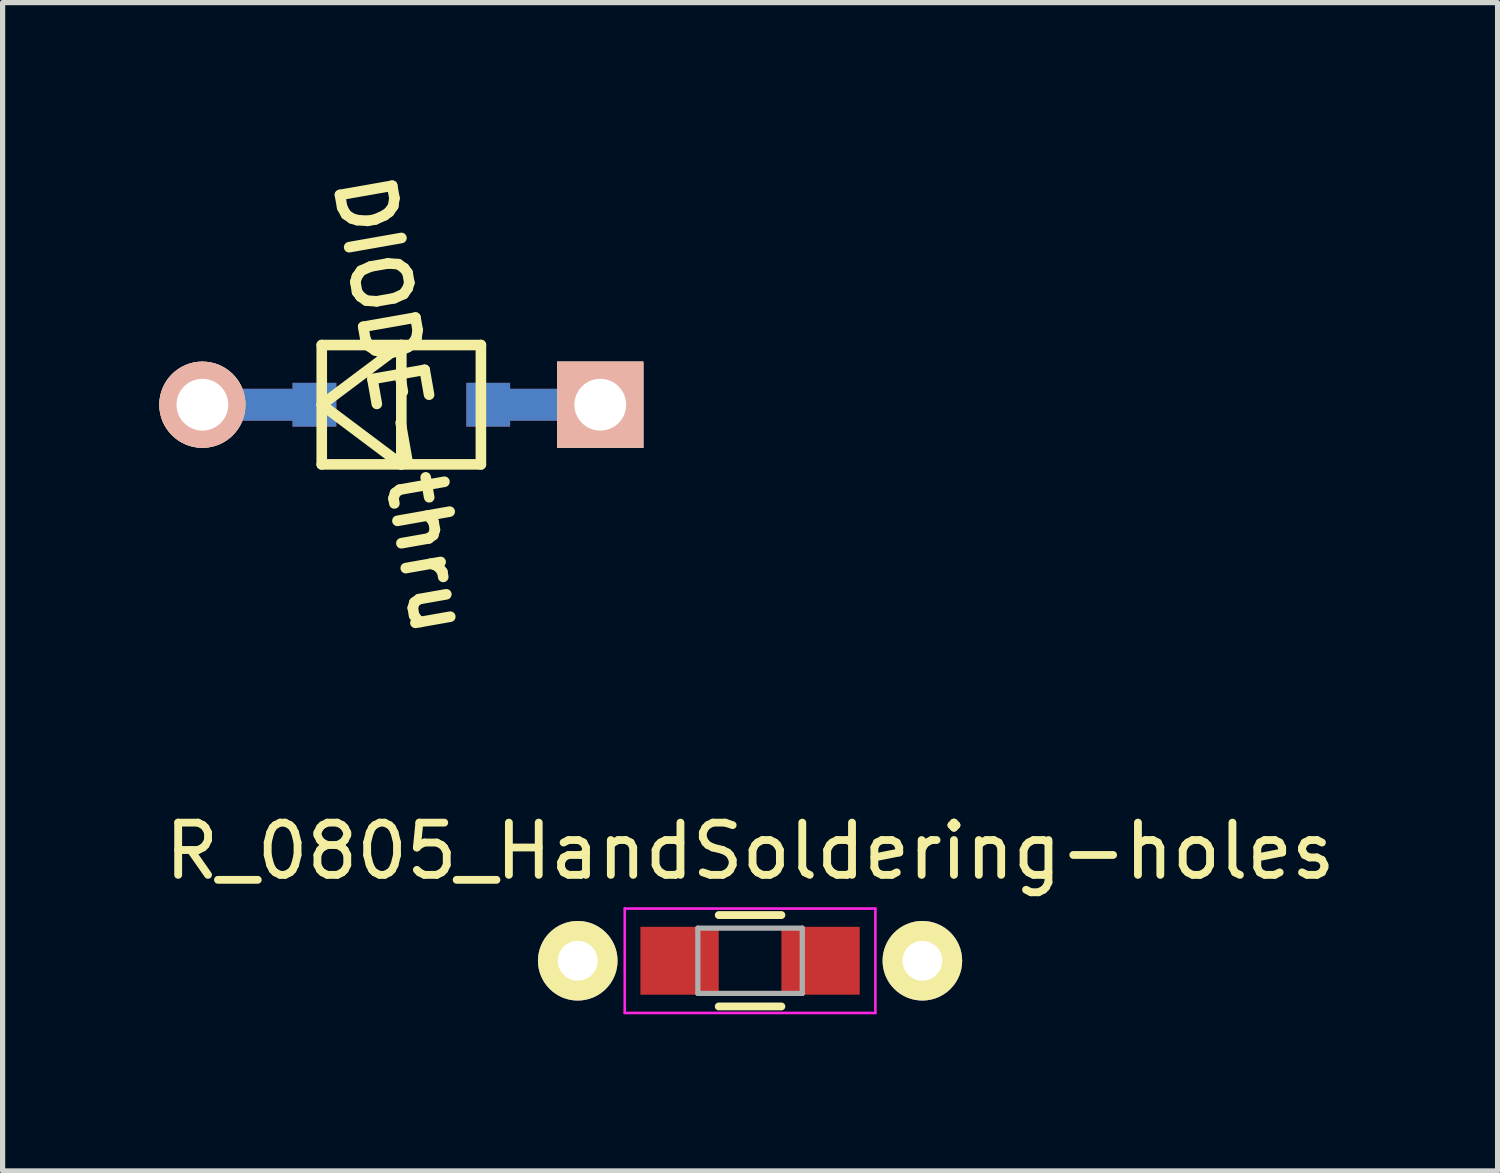
<source format=kicad_pcb>
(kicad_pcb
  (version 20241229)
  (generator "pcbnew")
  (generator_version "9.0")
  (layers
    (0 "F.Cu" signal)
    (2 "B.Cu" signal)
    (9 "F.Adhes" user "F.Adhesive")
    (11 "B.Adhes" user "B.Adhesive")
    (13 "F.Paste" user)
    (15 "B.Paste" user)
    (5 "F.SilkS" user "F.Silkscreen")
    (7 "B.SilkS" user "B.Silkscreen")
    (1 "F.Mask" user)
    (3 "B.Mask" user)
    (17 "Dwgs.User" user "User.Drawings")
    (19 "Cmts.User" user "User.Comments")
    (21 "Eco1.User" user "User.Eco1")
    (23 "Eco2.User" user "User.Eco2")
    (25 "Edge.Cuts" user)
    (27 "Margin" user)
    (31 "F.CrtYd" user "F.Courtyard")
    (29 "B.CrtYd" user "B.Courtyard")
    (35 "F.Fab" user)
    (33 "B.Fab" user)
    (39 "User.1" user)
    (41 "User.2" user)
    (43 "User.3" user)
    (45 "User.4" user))
  (footprint "DIODE-thru"
    (layer "F.Cu")
    (at 4.636 4.701)
    (property "Reference" "DIODE-thru" (at 0 0 100) (layer "F.SilkS") (effects (font (size 1.016 1.016) (thickness 0.203))))
    (attr through_hole)
    (fp_line (start -3.81 0) (end -1.664 0) (stroke (width 0.61) (type solid)) (layer "F.Cu"))
    (fp_line (start 1.664 0) (end 3.81 0) (stroke (width 0.61) (type solid)) (layer "F.Cu"))
    (fp_line (start -3.81 0) (end -1.664 0) (stroke (width 0.61) (type solid)) (layer "B.Cu"))
    (fp_line (start 1.664 0) (end 3.81 0) (stroke (width 0.61) (type solid)) (layer "B.Cu"))
    (fp_line (start -1.524 -1.143) (end 1.524 -1.143) (stroke (width 0.203) (type solid)) (layer "F.SilkS"))
    (fp_line (start -1.524 0) (end 0 1.143) (stroke (width 0.203) (type solid)) (layer "F.SilkS"))
    (fp_line (start -1.524 1.143) (end -1.524 -1.143) (stroke (width 0.203) (type solid)) (layer "F.SilkS"))
    (fp_line (start 0 -1.143) (end -1.524 0) (stroke (width 0.203) (type solid)) (layer "F.SilkS"))
    (fp_line (start 0 -1.143) (end 0 1.143) (stroke (width 0.203) (type solid)) (layer "F.SilkS"))
    (fp_line (start 1.524 -1.143) (end 1.524 1.143) (stroke (width 0.203) (type solid)) (layer "F.SilkS"))
    (fp_line (start 1.524 1.143) (end -1.524 1.143) (stroke (width 0.203) (type solid)) (layer "F.SilkS"))
    (pad "1" thru_hole circle (at -3.81 0 100) (size 1.651 1.651) (drill 0.991) (layers "*.Cu" "*.SilkS" "*.Mask"))
    (pad "2" thru_hole rect (at 3.81 0 270) (size 1.651 1.651) (drill 0.991) (layers "*.Cu" "*.SilkS" "*.Mask"))
    (pad "99" smd rect (at -1.664 0 270) (size 0.838 0.838) (layers "F.Cu" "F.Mask" "F.Paste"))
    (pad "99" smd rect (at -1.664 0 270) (size 0.838 0.838) (layers "B.Cu" "B.Mask" "B.Paste"))
    (pad "99" smd rect (at 1.664 0 270) (size 0.838 0.838) (layers "F.Cu" "F.Mask" "F.Paste"))
    (pad "99" smd rect (at 1.664 0 270) (size 0.838 0.838) (layers "B.Cu" "B.Mask" "B.Paste")))
  (footprint "R_0805_HandSoldering-holes"
    (layer "F.Cu")
    (at 11.315 15.35)
    (property "Reference" "R_0805_HandSoldering-holes" (at 0 -2.1 0) (layer "F.SilkS") (effects (font (size 1 1) (thickness 0.15))))
    (attr smd)
    (fp_line (start -0.6 -0.875) (end 0.6 -0.875) (stroke (width 0.15) (type solid)) (layer "F.SilkS"))
    (fp_line (start 0.6 0.875) (end -0.6 0.875) (stroke (width 0.15) (type solid)) (layer "F.SilkS"))
    (fp_line (start -2.4 -1) (end -2.4 1) (stroke (width 0.05) (type solid)) (layer "F.CrtYd"))
    (fp_line (start -2.4 -1) (end 2.4 -1) (stroke (width 0.05) (type solid)) (layer "F.CrtYd"))
    (fp_line (start -2.4 1) (end 2.4 1) (stroke (width 0.05) (type solid)) (layer "F.CrtYd"))
    (fp_line (start 2.4 -1) (end 2.4 1) (stroke (width 0.05) (type solid)) (layer "F.CrtYd"))
    (fp_line (start -1 -0.625) (end 1 -0.625) (stroke (width 0.1) (type solid)) (layer "F.Fab"))
    (fp_line (start -1 0.625) (end -1 -0.625) (stroke (width 0.1) (type solid)) (layer "F.Fab"))
    (fp_line (start 1 -0.625) (end 1 0.625) (stroke (width 0.1) (type solid)) (layer "F.Fab"))
    (fp_line (start 1 0.625) (end -1 0.625) (stroke (width 0.1) (type solid)) (layer "F.Fab"))
    (pad "1" thru_hole circle (at -3.3 0) (size 1.524 1.524) (drill 0.762) (layers "*.Cu" "*.Mask" "F.SilkS"))
    (pad "1" smd rect (at -1.35 0) (size 1.5 1.3) (layers "F.Cu" "F.Mask" "F.Paste"))
    (pad "2" smd rect (at 1.35 0) (size 1.5 1.3) (layers "F.Cu" "F.Mask" "F.Paste"))
    (pad "2" thru_hole circle (at 3.3 0) (size 1.524 1.524) (drill 0.762) (layers "*.Cu" "*.Mask" "F.SilkS")))
  (gr_rect
    (start -3 -3)
    (end 25.631 19.375)
    (stroke (width 0.1) (type default))
    (fill no)
    (layer "Edge.Cuts")))
</source>
